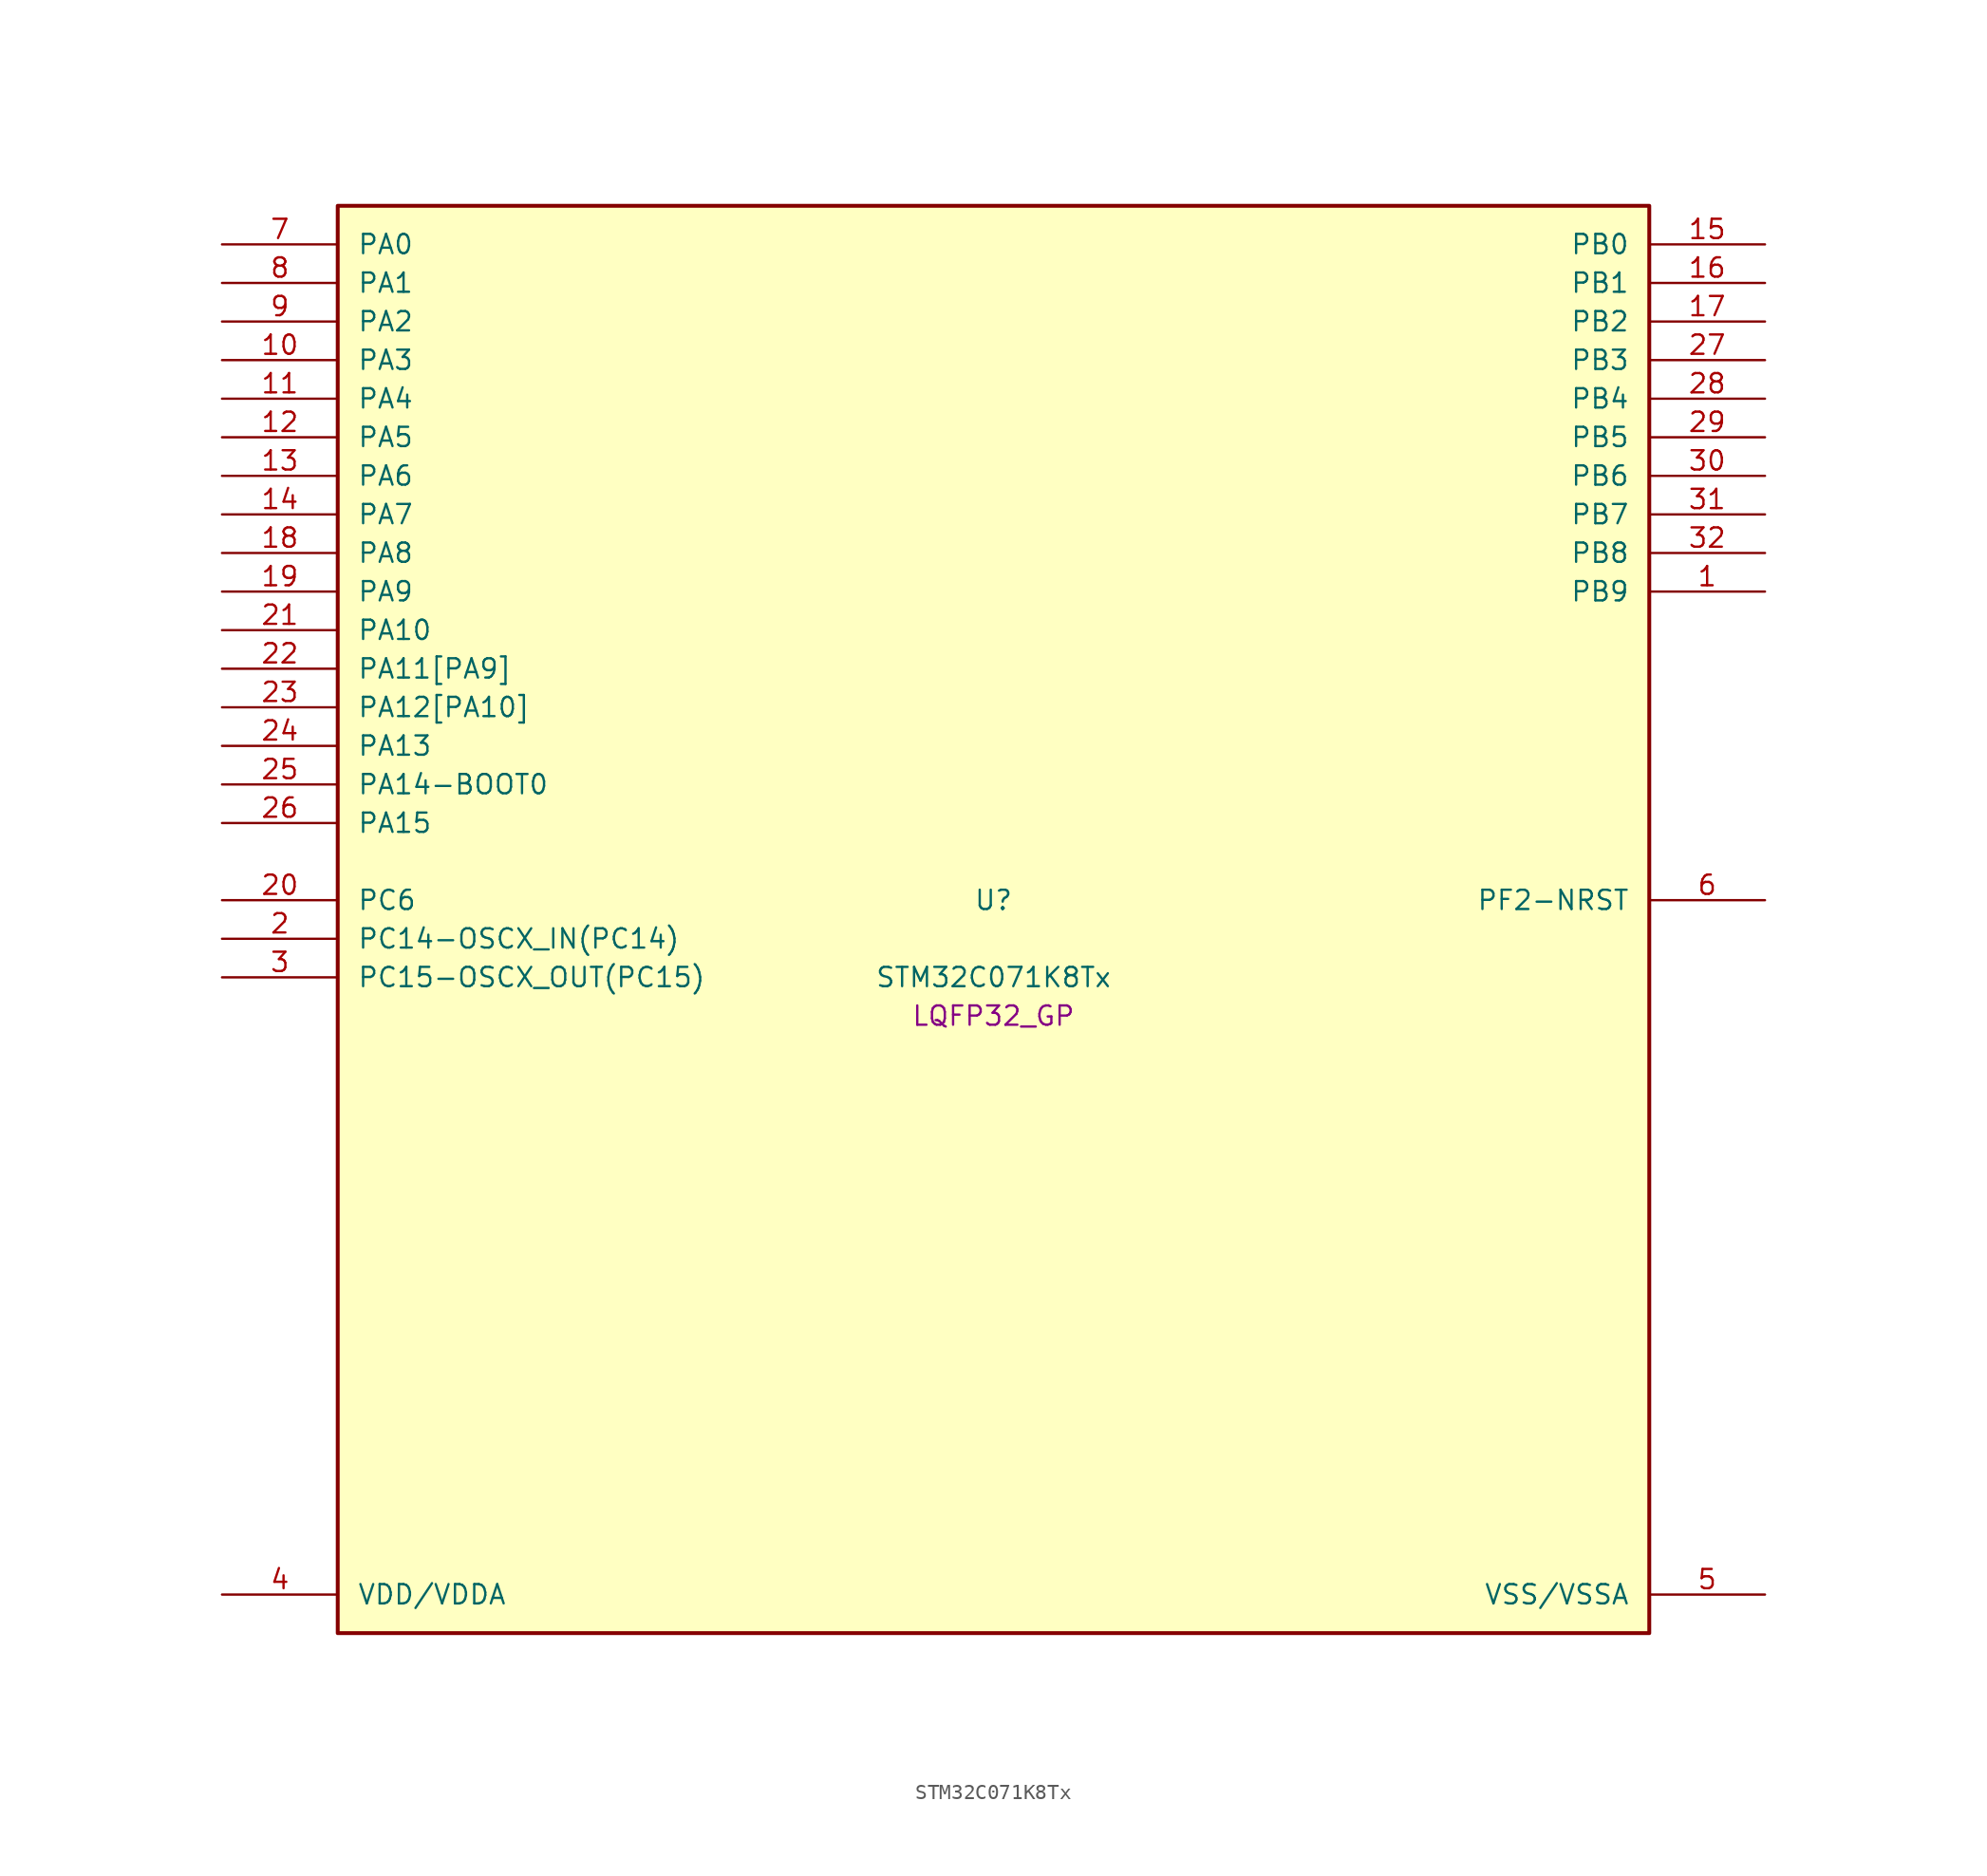
<source format=kicad_sym>
(kicad_symbol_lib
  (version 20241209)
  (generator "stm32_pkl_generator")
  (generator_version "1.0")
  (symbol "STM32C071K8Tx"
    (pin_names
      (offset 1.27))
    (property "Reference" "U"
      (at 0 2.54 0))
    (property "Value" "STM32C071K8Tx"
      (at 0 -2.54 0))
    (property "Footprint" "LQFP32_GP"
      (at 0 -5.08 0))
    (symbol "STM32C071K8Tx_1_1"
      (rectangle (start -43.18 48.26) (end 43.18 -45.72) (stroke (width 0.254) (type solid)) (fill (type background)))
      (pin bidirectional line (at -50.8 45.72 0) (length 7.62) (name "PA0") (number "7") (alternate "PA0/ADC1_IN0" bidirectional line) (alternate "PA0/PWR_WKUP1" bidirectional line) (alternate "PA0/SPI2_SCK" bidirectional line) (alternate "PA0/TIM16_CH1" bidirectional line) (alternate "PA0/TIM1_CH1" bidirectional line) (alternate "PA0/TIM2_CH1" bidirectional line) (alternate "PA0/TIM2_ETR" bidirectional line) (alternate "PA0/USART1_TX" bidirectional line) (alternate "PA0/USART2_CTS" bidirectional line) (alternate "PA0/USART2_NSS" bidirectional line))
      (pin bidirectional line (at -50.8 43.18 0) (length 7.62) (name "PA1") (number "8") (alternate "PA1/ADC1_IN1" bidirectional line) (alternate "PA1/I2C1_SMBA" bidirectional line) (alternate "PA1/I2S1_CK" bidirectional line) (alternate "PA1/SPI1_SCK" bidirectional line) (alternate "PA1/TIM17_CH1" bidirectional line) (alternate "PA1/TIM1_CH2" bidirectional line) (alternate "PA1/TIM2_CH2" bidirectional line) (alternate "PA1/USART1_RX" bidirectional line) (alternate "PA1/USART2_CK" bidirectional line) (alternate "PA1/USART2_DE" bidirectional line) (alternate "PA1/USART2_RTS" bidirectional line))
      (pin bidirectional line (at -50.8 40.64 0) (length 7.62) (name "PA2") (number "9") (alternate "PA2/ADC1_IN2" bidirectional line) (alternate "PA2/I2S1_SD" bidirectional line) (alternate "PA2/PWR_WKUP4" bidirectional line) (alternate "PA2/RCC_LSCO" bidirectional line) (alternate "PA2/SPI1_MOSI" bidirectional line) (alternate "PA2/TIM16_CH1N" bidirectional line) (alternate "PA2/TIM1_CH3" bidirectional line) (alternate "PA2/TIM2_CH3" bidirectional line) (alternate "PA2/TIM3_ETR" bidirectional line) (alternate "PA2/USART2_TX" bidirectional line))
      (pin bidirectional line (at -50.8 38.1 0) (length 7.62) (name "PA3") (number "10") (alternate "PA3/ADC1_IN3" bidirectional line) (alternate "PA3/SPI2_MISO" bidirectional line) (alternate "PA3/TIM1_CH1N" bidirectional line) (alternate "PA3/TIM1_CH4" bidirectional line) (alternate "PA3/TIM2_CH4" bidirectional line) (alternate "PA3/USART2_RX" bidirectional line))
      (pin bidirectional line (at -50.8 35.56 0) (length 7.62) (name "PA4") (number "11") (alternate "PA4/ADC1_IN4" bidirectional line) (alternate "PA4/I2S1_WS" bidirectional line) (alternate "PA4/PWR_WKUP2" bidirectional line) (alternate "PA4/RTC_OUT1" bidirectional line) (alternate "PA4/RTC_TS" bidirectional line) (alternate "PA4/SPI1_NSS" bidirectional line) (alternate "PA4/SPI2_MOSI" bidirectional line) (alternate "PA4/TIM14_CH1" bidirectional line) (alternate "PA4/TIM17_CH1N" bidirectional line) (alternate "PA4/TIM1_CH2N" bidirectional line) (alternate "PA4/USART2_TX" bidirectional line) (alternate "PA4/USB_NOE" bidirectional line))
      (pin bidirectional line (at -50.8 33.02 0) (length 7.62) (name "PA5") (number "12") (alternate "PA5/ADC1_IN5" bidirectional line) (alternate "PA5/I2S1_CK" bidirectional line) (alternate "PA5/SPI1_SCK" bidirectional line) (alternate "PA5/TIM1_CH1" bidirectional line) (alternate "PA5/TIM1_CH3N" bidirectional line) (alternate "PA5/TIM2_CH1" bidirectional line) (alternate "PA5/TIM2_ETR" bidirectional line) (alternate "PA5/USART2_RX" bidirectional line))
      (pin bidirectional line (at -50.8 30.48 0) (length 7.62) (name "PA6") (number "13") (alternate "PA6/ADC1_IN6" bidirectional line) (alternate "PA6/I2C2_SDA" bidirectional line) (alternate "PA6/I2S1_MCK" bidirectional line) (alternate "PA6/SPI1_MISO" bidirectional line) (alternate "PA6/TIM16_CH1" bidirectional line) (alternate "PA6/TIM1_BKIN" bidirectional line) (alternate "PA6/TIM3_CH1" bidirectional line))
      (pin bidirectional line (at -50.8 27.94 0) (length 7.62) (name "PA7") (number "14") (alternate "PA7/ADC1_IN7" bidirectional line) (alternate "PA7/I2C2_SCL" bidirectional line) (alternate "PA7/I2S1_SD" bidirectional line) (alternate "PA7/SPI1_MOSI" bidirectional line) (alternate "PA7/TIM14_CH1" bidirectional line) (alternate "PA7/TIM17_CH1" bidirectional line) (alternate "PA7/TIM1_CH1N" bidirectional line) (alternate "PA7/TIM3_CH2" bidirectional line))
      (pin bidirectional line (at -50.8 25.4 0) (length 7.62) (name "PA8") (number "18") (alternate "PA8/ADC1_IN8" bidirectional line) (alternate "PA8/CRS_SYNC" bidirectional line) (alternate "PA8/I2S1_WS" bidirectional line) (alternate "PA8/RCC_MCO" bidirectional line) (alternate "PA8/RCC_MCO_2" bidirectional line) (alternate "PA8/SPI1_NSS" bidirectional line) (alternate "PA8/SPI2_MISO" bidirectional line) (alternate "PA8/SPI2_NSS" bidirectional line) (alternate "PA8/TIM14_CH1" bidirectional line) (alternate "PA8/TIM1_CH1" bidirectional line) (alternate "PA8/TIM1_CH2N" bidirectional line) (alternate "PA8/TIM1_CH3N" bidirectional line) (alternate "PA8/TIM3_CH3" bidirectional line) (alternate "PA8/TIM3_CH4" bidirectional line) (alternate "PA8/USART1_RX" bidirectional line) (alternate "PA8/USART2_TX" bidirectional line))
      (pin bidirectional line (at -50.8 22.86 0) (length 7.62) (name "PA9") (number "19") (alternate "PA9/I2C1_SCL" bidirectional line) (alternate "PA9/I2C2_SCL" bidirectional line) (alternate "PA9/RCC_MCO" bidirectional line) (alternate "PA9/SPI2_MISO" bidirectional line) (alternate "PA9/TIM1_CH2" bidirectional line) (alternate "PA9/TIM3_ETR" bidirectional line) (alternate "PA9/USART1_TX" bidirectional line) (alternate "PA9/NC" bidirectional line))
      (pin bidirectional line (at -50.8 20.32 0) (length 7.62) (name "PA10") (number "21") (alternate "PA10/I2C1_SDA" bidirectional line) (alternate "PA10/I2C2_SDA" bidirectional line) (alternate "PA10/RCC_MCO_2" bidirectional line) (alternate "PA10/SPI2_MOSI" bidirectional line) (alternate "PA10/TIM17_BKIN" bidirectional line) (alternate "PA10/TIM1_CH3" bidirectional line) (alternate "PA10/USART1_RX" bidirectional line) (alternate "PA10/NC" bidirectional line))
      (pin bidirectional line (at -50.8 17.78 0) (length 7.62) (name "PA11[PA9]") (number "22") (alternate "PA11[PA9]/ADC1_EXTI11" bidirectional line) (alternate "PA11[PA9]/I2C2_SCL" bidirectional line) (alternate "PA11[PA9]/I2S1_MCK" bidirectional line) (alternate "PA11[PA9]/SPI1_MISO" bidirectional line) (alternate "PA11[PA9]/TIM1_BKIN2" bidirectional line) (alternate "PA11[PA9]/TIM1_CH4" bidirectional line) (alternate "PA11[PA9]/USART1_CTS" bidirectional line) (alternate "PA11[PA9]/USART1_NSS" bidirectional line) (alternate "PA11[PA9]/USB_DM" bidirectional line) (alternate "PA11[PA9]/PA9[PA11]" bidirectional line) (alternate "PA11[PA9]/I2C1_SCL" bidirectional line) (alternate "PA11[PA9]/RCC_MCO" bidirectional line) (alternate "PA11[PA9]/SPI2_MISO" bidirectional line) (alternate "PA11[PA9]/TIM1_CH2" bidirectional line) (alternate "PA11[PA9]/TIM3_ETR" bidirectional line) (alternate "PA11[PA9]/USART1_TX" bidirectional line))
      (pin bidirectional line (at -50.8 15.24 0) (length 7.62) (name "PA12[PA10]") (number "23") (alternate "PA12[PA10]/I2C2_SDA" bidirectional line) (alternate "PA12[PA10]/I2S1_SD" bidirectional line) (alternate "PA12[PA10]/I2S_CKIN" bidirectional line) (alternate "PA12[PA10]/SPI1_MOSI" bidirectional line) (alternate "PA12[PA10]/TIM1_ETR" bidirectional line) (alternate "PA12[PA10]/USART1_CK" bidirectional line) (alternate "PA12[PA10]/USART1_DE" bidirectional line) (alternate "PA12[PA10]/USART1_RTS" bidirectional line) (alternate "PA12[PA10]/USB_DP" bidirectional line) (alternate "PA12[PA10]/PA10[PA12]" bidirectional line) (alternate "PA12[PA10]/I2C1_SDA" bidirectional line) (alternate "PA12[PA10]/RCC_MCO_2" bidirectional line) (alternate "PA12[PA10]/SPI2_MOSI" bidirectional line) (alternate "PA12[PA10]/TIM17_BKIN" bidirectional line) (alternate "PA12[PA10]/TIM1_CH3" bidirectional line) (alternate "PA12[PA10]/USART1_RX" bidirectional line))
      (pin bidirectional line (at -50.8 12.7 0) (length 7.62) (name "PA13") (number "24") (alternate "PA13/ADC1_IN13" bidirectional line) (alternate "PA13/DEBUG_SWDIO" bidirectional line) (alternate "PA13/IR_OUT" bidirectional line) (alternate "PA13/TIM3_ETR" bidirectional line) (alternate "PA13/USART2_RX" bidirectional line) (alternate "PA13/USB_NOE" bidirectional line))
      (pin bidirectional line (at -50.8 10.16 0) (length 7.62) (name "PA14-BOOT0") (number "25") (alternate "PA14-BOOT0/ADC1_IN14" bidirectional line) (alternate "PA14-BOOT0/DEBUG_SWCLK" bidirectional line) (alternate "PA14-BOOT0/I2S1_WS" bidirectional line) (alternate "PA14-BOOT0/RCC_MCO_2" bidirectional line) (alternate "PA14-BOOT0/SPI1_NSS" bidirectional line) (alternate "PA14-BOOT0/TIM1_CH1" bidirectional line) (alternate "PA14-BOOT0/USART1_CK" bidirectional line) (alternate "PA14-BOOT0/USART1_DE" bidirectional line) (alternate "PA14-BOOT0/USART1_RTS" bidirectional line) (alternate "PA14-BOOT0/USART2_RX" bidirectional line) (alternate "PA14-BOOT0/USART2_TX" bidirectional line))
      (pin bidirectional line (at -50.8 7.62 0) (length 7.62) (name "PA15") (number "26") (alternate "PA15/I2S1_WS" bidirectional line) (alternate "PA15/RCC_MCO_2" bidirectional line) (alternate "PA15/SPI1_NSS" bidirectional line) (alternate "PA15/TIM1_CH1" bidirectional line) (alternate "PA15/TIM2_CH1" bidirectional line) (alternate "PA15/TIM2_ETR" bidirectional line) (alternate "PA15/USART1_CK" bidirectional line) (alternate "PA15/USART1_DE" bidirectional line) (alternate "PA15/USART1_RTS" bidirectional line) (alternate "PA15/USART2_RX" bidirectional line) (alternate "PA15/USB_NOE" bidirectional line))
      (pin bidirectional line (at 50.8 45.72 180) (length 7.62) (name "PB0") (number "15") (alternate "PB0/ADC1_IN17" bidirectional line) (alternate "PB0/I2S1_WS" bidirectional line) (alternate "PB0/SPI1_NSS" bidirectional line) (alternate "PB0/TIM1_CH2N" bidirectional line) (alternate "PB0/TIM3_CH3" bidirectional line))
      (pin bidirectional line (at 50.8 43.18 180) (length 7.62) (name "PB1") (number "16") (alternate "PB1/ADC1_IN18" bidirectional line) (alternate "PB1/TIM14_CH1" bidirectional line) (alternate "PB1/TIM1_CH2N" bidirectional line) (alternate "PB1/TIM1_CH3N" bidirectional line) (alternate "PB1/TIM3_CH4" bidirectional line))
      (pin bidirectional line (at 50.8 40.64 180) (length 7.62) (name "PB2") (number "17") (alternate "PB2/ADC1_IN19" bidirectional line) (alternate "PB2/RCC_MCO_2" bidirectional line) (alternate "PB2/SPI2_MISO" bidirectional line) (alternate "PB2/USART1_RX" bidirectional line))
      (pin bidirectional line (at 50.8 38.1 180) (length 7.62) (name "PB3") (number "27") (alternate "PB3/I2C2_SCL" bidirectional line) (alternate "PB3/I2S1_CK" bidirectional line) (alternate "PB3/SPI1_SCK" bidirectional line) (alternate "PB3/TIM1_CH2" bidirectional line) (alternate "PB3/TIM2_CH2" bidirectional line) (alternate "PB3/TIM3_CH2" bidirectional line) (alternate "PB3/USART1_CK" bidirectional line) (alternate "PB3/USART1_DE" bidirectional line) (alternate "PB3/USART1_RTS" bidirectional line))
      (pin bidirectional line (at 50.8 35.56 180) (length 7.62) (name "PB4") (number "28") (alternate "PB4/I2C2_SDA" bidirectional line) (alternate "PB4/I2S1_MCK" bidirectional line) (alternate "PB4/SPI1_MISO" bidirectional line) (alternate "PB4/TIM17_BKIN" bidirectional line) (alternate "PB4/TIM3_CH1" bidirectional line) (alternate "PB4/USART1_CTS" bidirectional line) (alternate "PB4/USART1_NSS" bidirectional line))
      (pin bidirectional line (at 50.8 33.02 180) (length 7.62) (name "PB5") (number "29") (alternate "PB5/I2C1_SMBA" bidirectional line) (alternate "PB5/I2S1_SD" bidirectional line) (alternate "PB5/PWR_WKUP6" bidirectional line) (alternate "PB5/SPI1_MOSI" bidirectional line) (alternate "PB5/TIM16_BKIN" bidirectional line) (alternate "PB5/TIM3_CH2" bidirectional line) (alternate "PB5/TIM3_CH3" bidirectional line))
      (pin bidirectional line (at 50.8 30.48 180) (length 7.62) (name "PB6") (number "30") (alternate "PB6/I2C1_SCL" bidirectional line) (alternate "PB6/I2C1_SMBA" bidirectional line) (alternate "PB6/I2S1_CK" bidirectional line) (alternate "PB6/I2S1_MCK" bidirectional line) (alternate "PB6/I2S1_SD" bidirectional line) (alternate "PB6/PWR_WKUP3" bidirectional line) (alternate "PB6/SPI1_MISO" bidirectional line) (alternate "PB6/SPI1_MOSI" bidirectional line) (alternate "PB6/SPI1_SCK" bidirectional line) (alternate "PB6/SPI2_MISO" bidirectional line) (alternate "PB6/TIM16_BKIN" bidirectional line) (alternate "PB6/TIM16_CH1N" bidirectional line) (alternate "PB6/TIM17_BKIN" bidirectional line) (alternate "PB6/TIM1_CH2" bidirectional line) (alternate "PB6/TIM1_CH3" bidirectional line) (alternate "PB6/TIM3_CH1" bidirectional line) (alternate "PB6/TIM3_CH2" bidirectional line) (alternate "PB6/TIM3_CH3" bidirectional line) (alternate "PB6/USART1_CTS" bidirectional line) (alternate "PB6/USART1_NSS" bidirectional line) (alternate "PB6/USART1_TX" bidirectional line))
      (pin bidirectional line (at 50.8 27.94 180) (length 7.62) (name "PB7") (number "31") (alternate "PB7/I2C1_SCL" bidirectional line) (alternate "PB7/I2C1_SDA" bidirectional line) (alternate "PB7/RTC_REFIN" bidirectional line) (alternate "PB7/SPI2_MOSI" bidirectional line) (alternate "PB7/TIM16_CH1" bidirectional line) (alternate "PB7/TIM17_CH1N" bidirectional line) (alternate "PB7/TIM1_CH4" bidirectional line) (alternate "PB7/TIM3_CH1" bidirectional line) (alternate "PB7/TIM3_CH4" bidirectional line) (alternate "PB7/USART1_RX" bidirectional line) (alternate "PB7/USART2_CTS" bidirectional line) (alternate "PB7/USART2_NSS" bidirectional line))
      (pin bidirectional line (at 50.8 25.4 180) (length 7.62) (name "PB8") (number "32") (alternate "PB8/I2C1_SCL" bidirectional line) (alternate "PB8/SPI2_SCK" bidirectional line) (alternate "PB8/TIM16_CH1" bidirectional line) (alternate "PB8/TIM3_CH1" bidirectional line) (alternate "PB8/USART2_CTS" bidirectional line) (alternate "PB8/USART2_NSS" bidirectional line))
      (pin bidirectional line (at 50.8 22.86 180) (length 7.62) (name "PB9") (number "1") (alternate "PB9/I2C1_SDA" bidirectional line) (alternate "PB9/IR_OUT" bidirectional line) (alternate "PB9/SPI2_NSS" bidirectional line) (alternate "PB9/TIM17_CH1" bidirectional line) (alternate "PB9/TIM3_CH2" bidirectional line) (alternate "PB9/USART2_CK" bidirectional line) (alternate "PB9/USART2_DE" bidirectional line) (alternate "PB9/USART2_RTS" bidirectional line))
      (pin bidirectional line (at -50.8 2.54 0) (length 7.62) (name "PC6") (number "20") (alternate "PC6/TIM2_CH3" bidirectional line) (alternate "PC6/TIM3_CH1" bidirectional line))
      (pin bidirectional line (at -50.8 0 0) (length 7.62) (name "PC14-OSCX_IN(PC14)") (number "2") (alternate "PC14-OSCX_IN(PC14)/I2C1_SDA" bidirectional line) (alternate "PC14-OSCX_IN(PC14)/IR_OUT" bidirectional line) (alternate "PC14-OSCX_IN(PC14)/RCC_OSCX_IN" bidirectional line) (alternate "PC14-OSCX_IN(PC14)/SPI2_NSS" bidirectional line) (alternate "PC14-OSCX_IN(PC14)/TIM17_CH1" bidirectional line) (alternate "PC14-OSCX_IN(PC14)/TIM1_BKIN2" bidirectional line) (alternate "PC14-OSCX_IN(PC14)/TIM1_ETR" bidirectional line) (alternate "PC14-OSCX_IN(PC14)/TIM3_CH2" bidirectional line) (alternate "PC14-OSCX_IN(PC14)/USART1_TX" bidirectional line) (alternate "PC14-OSCX_IN(PC14)/USART2_CK" bidirectional line) (alternate "PC14-OSCX_IN(PC14)/USART2_DE" bidirectional line) (alternate "PC14-OSCX_IN(PC14)/USART2_RTS" bidirectional line))
      (pin bidirectional line (at -50.8 -2.54 0) (length 7.62) (name "PC15-OSCX_OUT(PC15)") (number "3") (alternate "PC15-OSCX_OUT(PC15)/RCC_OSC32_EN" bidirectional line) (alternate "PC15-OSCX_OUT(PC15)/RCC_OSCX_OUT" bidirectional line) (alternate "PC15-OSCX_OUT(PC15)/RCC_OSC_EN" bidirectional line) (alternate "PC15-OSCX_OUT(PC15)/TIM1_ETR" bidirectional line) (alternate "PC15-OSCX_OUT(PC15)/TIM3_CH3" bidirectional line))
      (pin bidirectional line (at 50.8 2.54 180) (length 7.62) (name "PF2-NRST") (number "6") (alternate "PF2-NRST/RCC_MCO" bidirectional line) (alternate "PF2-NRST/TIM1_CH4" bidirectional line))
      (pin power_in line (at -50.8 -43.18 0) (length 7.62) (name "VDD/VDDA") (number "4"))
      (pin power_in line (at 50.8 -43.18 180) (length 7.62) (name "VSS/VSSA") (number "5")))))
</source>
